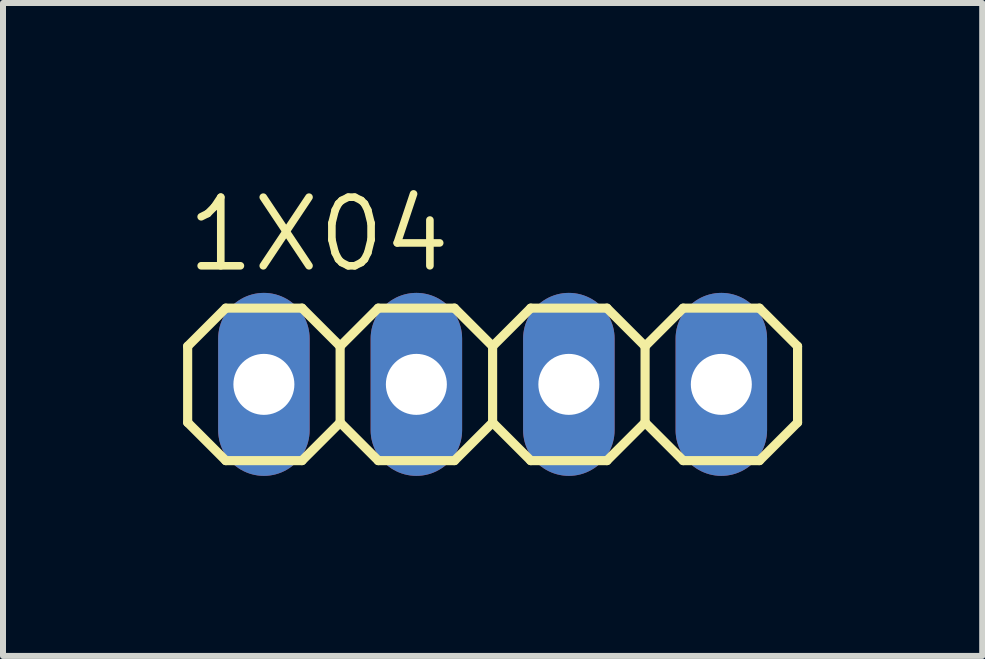
<source format=kicad_pcb>
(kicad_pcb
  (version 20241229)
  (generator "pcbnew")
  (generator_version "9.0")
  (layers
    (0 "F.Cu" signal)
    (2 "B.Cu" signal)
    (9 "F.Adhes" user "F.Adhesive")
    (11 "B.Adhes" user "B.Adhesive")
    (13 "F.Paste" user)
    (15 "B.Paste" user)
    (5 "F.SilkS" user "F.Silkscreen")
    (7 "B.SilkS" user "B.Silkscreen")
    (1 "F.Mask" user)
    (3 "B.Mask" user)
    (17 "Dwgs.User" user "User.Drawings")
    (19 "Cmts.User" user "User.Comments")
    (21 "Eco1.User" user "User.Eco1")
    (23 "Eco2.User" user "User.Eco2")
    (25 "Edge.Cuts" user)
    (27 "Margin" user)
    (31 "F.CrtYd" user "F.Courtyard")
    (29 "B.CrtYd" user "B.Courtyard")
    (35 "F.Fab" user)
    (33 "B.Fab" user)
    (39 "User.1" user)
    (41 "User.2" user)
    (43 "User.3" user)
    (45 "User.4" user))
  (footprint "1X04"
    (layer "F.Cu")
    (at 5.156 3.353)
    (property "Reference" "1X04" (at -5.156 -1.829 0) (layer "F.SilkS") (effects (font (size 1.143 1.143) (thickness 0.127)) (justify left bottom)))
    (fp_line (start -5.08 -0.635) (end -5.08 0.635) (stroke (width 0.152) (type solid)) (layer "F.SilkS"))
    (fp_line (start -5.08 0.635) (end -4.445 1.27) (stroke (width 0.152) (type solid)) (layer "F.SilkS"))
    (fp_line (start -4.445 -1.27) (end -5.08 -0.635) (stroke (width 0.152) (type solid)) (layer "F.SilkS"))
    (fp_line (start -4.445 -1.27) (end -3.175 -1.27) (stroke (width 0.152) (type solid)) (layer "F.SilkS"))
    (fp_line (start -3.175 -1.27) (end -2.54 -0.635) (stroke (width 0.152) (type solid)) (layer "F.SilkS"))
    (fp_line (start -3.175 1.27) (end -4.445 1.27) (stroke (width 0.152) (type solid)) (layer "F.SilkS"))
    (fp_line (start -2.54 -0.635) (end -2.54 0.635) (stroke (width 0.152) (type solid)) (layer "F.SilkS"))
    (fp_line (start -2.54 -0.635) (end -1.905 -1.27) (stroke (width 0.152) (type solid)) (layer "F.SilkS"))
    (fp_line (start -2.54 0.635) (end -3.175 1.27) (stroke (width 0.152) (type solid)) (layer "F.SilkS"))
    (fp_line (start -1.905 -1.27) (end -0.635 -1.27) (stroke (width 0.152) (type solid)) (layer "F.SilkS"))
    (fp_line (start -1.905 1.27) (end -2.54 0.635) (stroke (width 0.152) (type solid)) (layer "F.SilkS"))
    (fp_line (start -0.635 -1.27) (end 0 -0.635) (stroke (width 0.152) (type solid)) (layer "F.SilkS"))
    (fp_line (start -0.635 1.27) (end -1.905 1.27) (stroke (width 0.152) (type solid)) (layer "F.SilkS"))
    (fp_line (start 0 -0.635) (end 0 0.635) (stroke (width 0.152) (type solid)) (layer "F.SilkS"))
    (fp_line (start 0 -0.635) (end 0.635 -1.27) (stroke (width 0.152) (type solid)) (layer "F.SilkS"))
    (fp_line (start 0 0.635) (end -0.635 1.27) (stroke (width 0.152) (type solid)) (layer "F.SilkS"))
    (fp_line (start 0.635 -1.27) (end 1.905 -1.27) (stroke (width 0.152) (type solid)) (layer "F.SilkS"))
    (fp_line (start 0.635 1.27) (end 0 0.635) (stroke (width 0.152) (type solid)) (layer "F.SilkS"))
    (fp_line (start 1.905 -1.27) (end 2.54 -0.635) (stroke (width 0.152) (type solid)) (layer "F.SilkS"))
    (fp_line (start 1.905 1.27) (end 0.635 1.27) (stroke (width 0.152) (type solid)) (layer "F.SilkS"))
    (fp_line (start 2.54 -0.635) (end 2.54 0.635) (stroke (width 0.152) (type solid)) (layer "F.SilkS"))
    (fp_line (start 2.54 0.635) (end 1.905 1.27) (stroke (width 0.152) (type solid)) (layer "F.SilkS"))
    (fp_line (start 2.54 0.635) (end 3.175 1.27) (stroke (width 0.152) (type solid)) (layer "F.SilkS"))
    (fp_line (start 3.175 -1.27) (end 2.54 -0.635) (stroke (width 0.152) (type solid)) (layer "F.SilkS"))
    (fp_line (start 3.175 -1.27) (end 4.445 -1.27) (stroke (width 0.152) (type solid)) (layer "F.SilkS"))
    (fp_line (start 4.445 -1.27) (end 5.08 -0.635) (stroke (width 0.152) (type solid)) (layer "F.SilkS"))
    (fp_line (start 4.445 1.27) (end 3.175 1.27) (stroke (width 0.152) (type solid)) (layer "F.SilkS"))
    (fp_line (start 5.08 -0.635) (end 5.08 0.635) (stroke (width 0.152) (type solid)) (layer "F.SilkS"))
    (fp_line (start 5.08 0.635) (end 4.445 1.27) (stroke (width 0.152) (type solid)) (layer "F.SilkS"))
    (fp_poly (pts (xy -4.064 0.254) (xy -3.556 0.254) (xy -3.556 -0.254) (xy -4.064 -0.254)) (stroke (width 0.1) (type solid)) (fill no) (layer "F.Fab"))
    (fp_poly (pts (xy -1.524 0.254) (xy -1.016 0.254) (xy -1.016 -0.254) (xy -1.524 -0.254)) (stroke (width 0.1) (type solid)) (fill no) (layer "F.Fab"))
    (fp_poly (pts (xy 1.016 0.254) (xy 1.524 0.254) (xy 1.524 -0.254) (xy 1.016 -0.254)) (stroke (width 0.1) (type solid)) (fill no) (layer "F.Fab"))
    (fp_poly (pts (xy 3.556 0.254) (xy 4.064 0.254) (xy 4.064 -0.254) (xy 3.556 -0.254)) (stroke (width 0.1) (type solid)) (fill no) (layer "F.Fab"))
    (pad "1" thru_hole oval (at -3.81 0 90) (size 3.048 1.524) (drill 1.016) (layers "*.Cu" "*.Mask"))
    (pad "2" thru_hole oval (at -1.27 0 90) (size 3.048 1.524) (drill 1.016) (layers "*.Cu" "*.Mask"))
    (pad "3" thru_hole oval (at 1.27 0 90) (size 3.048 1.524) (drill 1.016) (layers "*.Cu" "*.Mask"))
    (pad "4" thru_hole oval (at 3.81 0 90) (size 3.048 1.524) (drill 1.016) (layers "*.Cu" "*.Mask")))
  (gr_rect
    (start -3 -3)
    (end 13.312 7.877)
    (stroke (width 0.1) (type default))
    (fill no)
    (layer "Edge.Cuts")))
</source>
